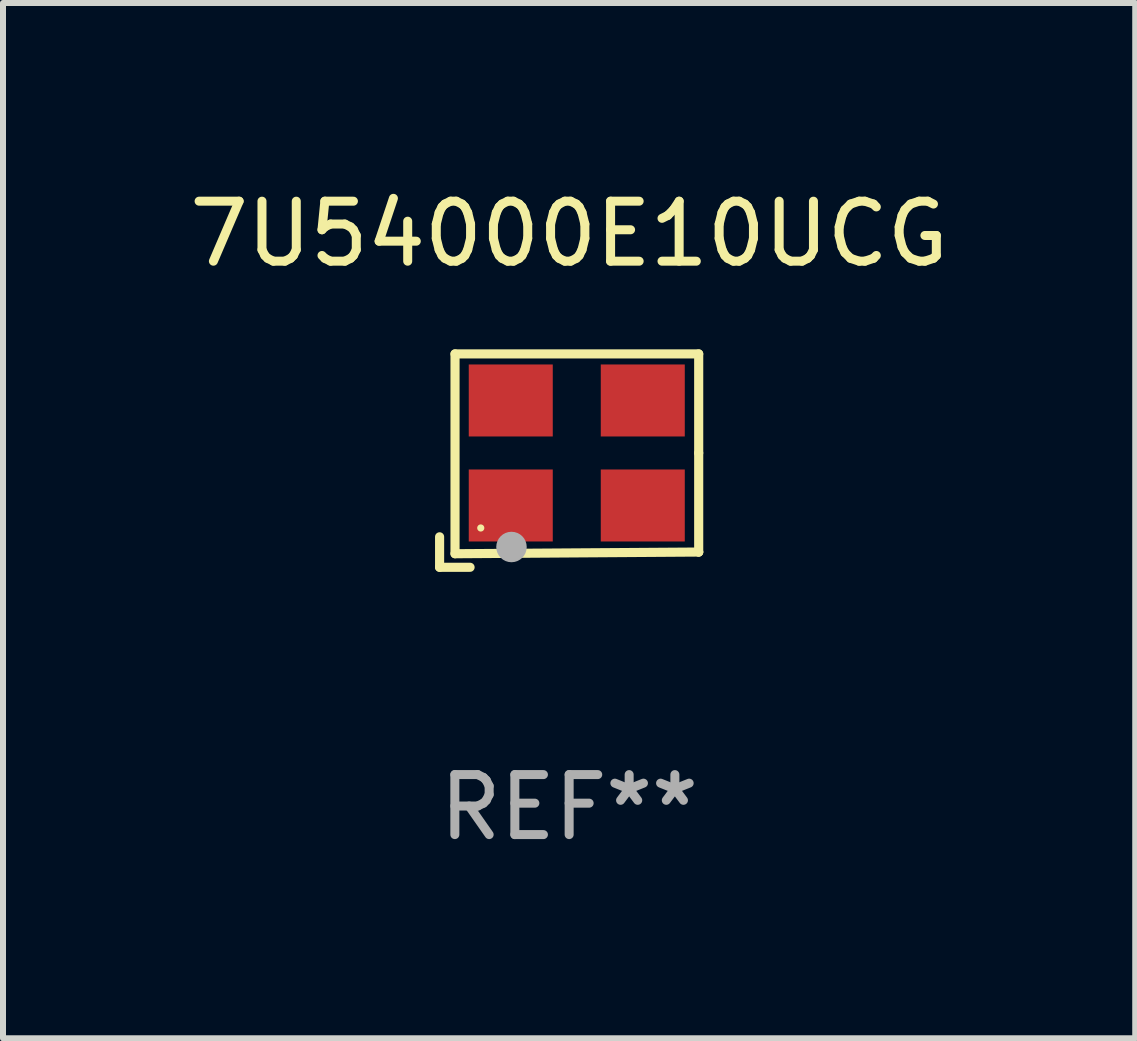
<source format=kicad_pcb>
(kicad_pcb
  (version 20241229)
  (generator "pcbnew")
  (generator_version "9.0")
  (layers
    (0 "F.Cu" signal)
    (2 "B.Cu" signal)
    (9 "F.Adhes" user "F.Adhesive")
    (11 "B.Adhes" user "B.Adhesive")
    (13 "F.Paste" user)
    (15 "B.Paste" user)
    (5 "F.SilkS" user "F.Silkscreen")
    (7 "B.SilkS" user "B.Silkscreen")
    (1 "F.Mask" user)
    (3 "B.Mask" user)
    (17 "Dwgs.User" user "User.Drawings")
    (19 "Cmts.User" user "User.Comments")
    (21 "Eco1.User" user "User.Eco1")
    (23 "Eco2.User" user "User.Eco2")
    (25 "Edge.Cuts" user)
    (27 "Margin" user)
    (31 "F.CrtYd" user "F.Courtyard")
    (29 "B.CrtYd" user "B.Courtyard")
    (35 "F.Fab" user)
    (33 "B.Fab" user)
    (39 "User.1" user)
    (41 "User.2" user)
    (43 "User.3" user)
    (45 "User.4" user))
  (footprint "7U54000E10UCG"
    (layer "F.Cu")
    (at 6.435 4.626)
    (property "Reference" "7U54000E10UCG" (at 0 -3.778 0) (layer "F.SilkS") (effects (font (size 1 1) (thickness 0.15))))
    (attr through_hole)
    (fp_line (start -2.159 1.27) (end -2.159 1.778) (stroke (width 0.152) (type solid)) (layer "F.SilkS"))
    (fp_line (start -2.159 1.778) (end -1.651 1.778) (stroke (width 0.152) (type solid)) (layer "F.SilkS"))
    (fp_line (start -1.902 -1.778) (end 2.159 -1.778) (stroke (width 0.152) (type solid)) (layer "F.SilkS"))
    (fp_line (start -1.902 1.552) (end -1.902 -1.778) (stroke (width 0.152) (type solid)) (layer "F.SilkS"))
    (fp_line (start 2.159 -1.778) (end 2.159 -0.127) (stroke (width 0.152) (type solid)) (layer "F.SilkS"))
    (fp_line (start 2.159 -0.127) (end 2.159 1.524) (stroke (width 0.152) (type solid)) (layer "F.SilkS"))
    (fp_line (start 2.159 1.524) (end -1.902 1.552) (stroke (width 0.152) (type solid)) (layer "F.SilkS"))
    (fp_line (start 2.159 1.524) (end 2.159 1.524) (stroke (width 0.152) (type solid)) (layer "F.SilkS"))
    (fp_circle (center -1.473 1.123) (end -1.443 1.123) (stroke (width 0.06) (type solid)) (fill no) (layer "F.SilkS"))
    (fp_circle (center -0.961 1.44) (end -0.834 1.44) (stroke (width 0.254) (type solid)) (fill no) (layer "F.Fab"))
    (fp_text user "REF**" (at 0 5.778 0) (layer "F.Fab") (effects (font (size 1 1) (thickness 0.15))))
    (pad "1" smd rect (at -0.973 0.748) (size 1.4 1.2) (layers "F.Cu" "F.Mask" "F.Paste"))
    (pad "2" smd rect (at 1.227 0.748) (size 1.4 1.2) (layers "F.Cu" "F.Mask" "F.Paste"))
    (pad "3" smd rect (at 1.227 -1.002) (size 1.4 1.2) (layers "F.Cu" "F.Mask" "F.Paste"))
    (pad "4" smd rect (at -0.973 -1.002) (size 1.4 1.2) (layers "F.Cu" "F.Mask" "F.Paste")))
  (gr_rect
    (start -3 -3)
    (end 15.869 14.253)
    (stroke (width 0.1) (type default))
    (fill no)
    (layer "Edge.Cuts")))
</source>
